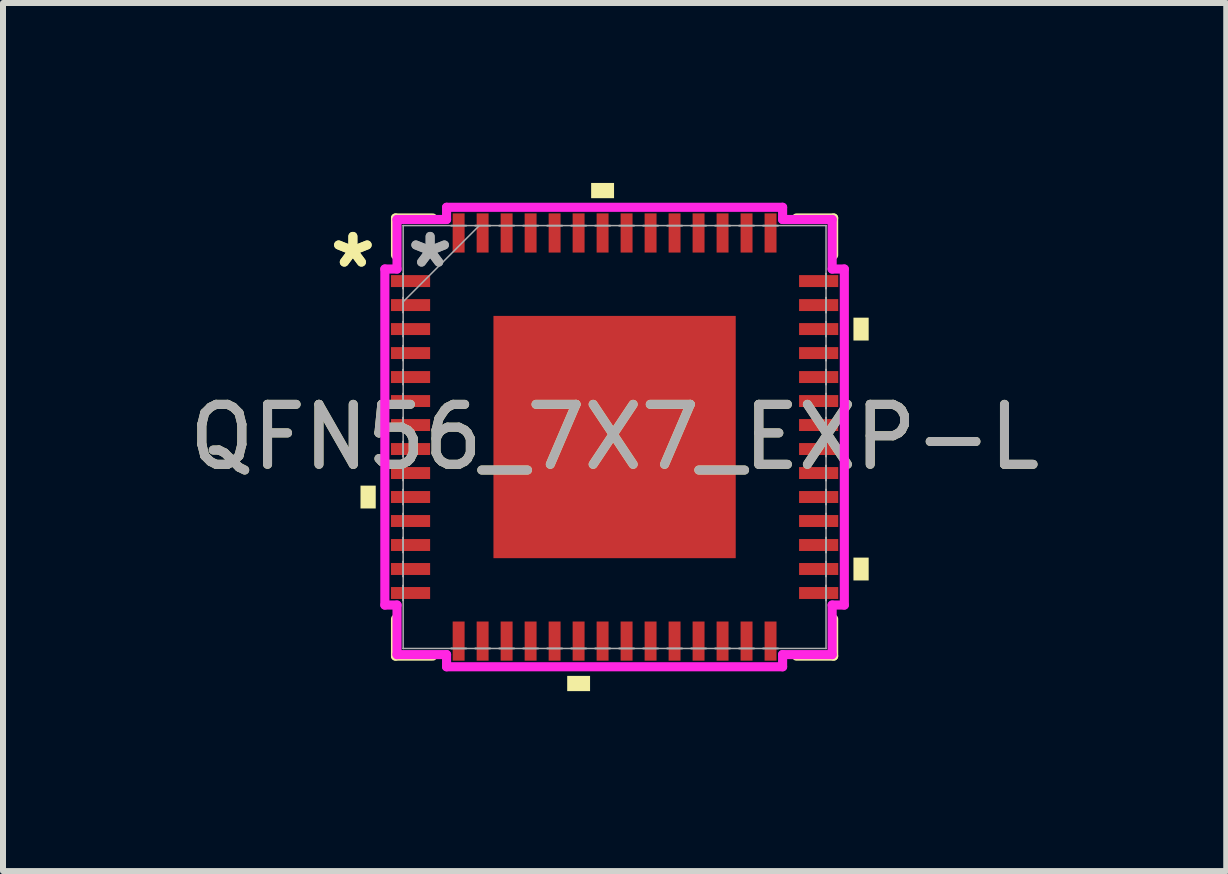
<source format=kicad_pcb>
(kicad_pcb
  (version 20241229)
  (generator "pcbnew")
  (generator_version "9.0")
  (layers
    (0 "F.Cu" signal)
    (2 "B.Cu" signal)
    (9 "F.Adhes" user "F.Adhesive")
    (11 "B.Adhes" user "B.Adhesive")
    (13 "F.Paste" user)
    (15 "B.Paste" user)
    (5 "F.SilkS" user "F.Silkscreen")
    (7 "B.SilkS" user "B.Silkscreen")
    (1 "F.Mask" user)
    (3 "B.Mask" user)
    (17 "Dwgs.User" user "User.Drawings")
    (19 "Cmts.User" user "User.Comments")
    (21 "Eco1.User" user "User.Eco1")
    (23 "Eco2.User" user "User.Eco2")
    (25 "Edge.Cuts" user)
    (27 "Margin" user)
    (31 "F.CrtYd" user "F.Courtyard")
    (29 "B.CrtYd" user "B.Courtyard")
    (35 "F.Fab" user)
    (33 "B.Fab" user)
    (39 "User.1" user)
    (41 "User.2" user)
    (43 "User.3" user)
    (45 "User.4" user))
  (footprint "QFN56_7X7_EXP-L"
    (layer "F.Cu")
    (at 7.196 4.236)
    (property "Reference" "QFN56_7X7_EXP-L" (at 0 0 0) (unlocked yes) (layer "F.SilkS") (effects (font (size 1 1) (thickness 0.15))))
    (attr smd)
    (fp_line (start -3.652 -3.652) (end -3.652 -3.032) (stroke (width 0.152) (type solid)) (layer "F.SilkS"))
    (fp_line (start -3.652 3.032) (end -3.652 3.652) (stroke (width 0.152) (type solid)) (layer "F.SilkS"))
    (fp_line (start -3.652 3.652) (end -3.032 3.652) (stroke (width 0.152) (type solid)) (layer "F.SilkS"))
    (fp_line (start -3.032 -3.652) (end -3.652 -3.652) (stroke (width 0.152) (type solid)) (layer "F.SilkS"))
    (fp_line (start 3.032 3.652) (end 3.652 3.652) (stroke (width 0.152) (type solid)) (layer "F.SilkS"))
    (fp_line (start 3.652 -3.652) (end 3.032 -3.652) (stroke (width 0.152) (type solid)) (layer "F.SilkS"))
    (fp_line (start 3.652 -3.032) (end 3.652 -3.652) (stroke (width 0.152) (type solid)) (layer "F.SilkS"))
    (fp_line (start 3.652 3.652) (end 3.652 3.032) (stroke (width 0.152) (type solid)) (layer "F.SilkS"))
    (fp_poly (pts (xy -4.236 0.81) (xy -4.236 1.191) (xy -3.982 1.191) (xy -3.982 0.81)) (stroke (width 0) (type solid)) (fill yes) (layer "F.SilkS"))
    (fp_poly (pts (xy -0.79 3.982) (xy -0.79 4.236) (xy -0.409 4.236) (xy -0.409 3.982)) (stroke (width 0) (type solid)) (fill yes) (layer "F.SilkS"))
    (fp_poly (pts (xy -0.391 -3.982) (xy -0.391 -4.236) (xy -0.009 -4.236) (xy -0.009 -3.982)) (stroke (width 0) (type solid)) (fill yes) (layer "F.SilkS"))
    (fp_poly (pts (xy 4.236 -1.99) (xy 4.236 -1.609) (xy 3.982 -1.609) (xy 3.982 -1.99)) (stroke (width 0) (type solid)) (fill yes) (layer "F.SilkS"))
    (fp_poly (pts (xy 4.236 2.01) (xy 4.236 2.391) (xy 3.982 2.391) (xy 3.982 2.01)) (stroke (width 0) (type solid)) (fill yes) (layer "F.SilkS"))
    (fp_poly (pts (xy -1.919 -1.919) (xy -1.919 -0.773) (xy -0.773 -0.773) (xy -0.773 -1.919)) (stroke (width 0) (type solid)) (fill yes) (layer "F.Paste"))
    (fp_poly (pts (xy -1.919 -0.573) (xy -1.919 0.573) (xy -0.773 0.573) (xy -0.773 -0.573)) (stroke (width 0) (type solid)) (fill yes) (layer "F.Paste"))
    (fp_poly (pts (xy -1.919 0.773) (xy -1.919 1.919) (xy -0.773 1.919) (xy -0.773 0.773)) (stroke (width 0) (type solid)) (fill yes) (layer "F.Paste"))
    (fp_poly (pts (xy -0.573 -1.919) (xy -0.573 -0.773) (xy 0.573 -0.773) (xy 0.573 -1.919)) (stroke (width 0) (type solid)) (fill yes) (layer "F.Paste"))
    (fp_poly (pts (xy -0.573 -0.573) (xy -0.573 0.573) (xy 0.573 0.573) (xy 0.573 -0.573)) (stroke (width 0) (type solid)) (fill yes) (layer "F.Paste"))
    (fp_poly (pts (xy -0.573 0.773) (xy -0.573 1.919) (xy 0.573 1.919) (xy 0.573 0.773)) (stroke (width 0) (type solid)) (fill yes) (layer "F.Paste"))
    (fp_poly (pts (xy 0.773 -1.919) (xy 0.773 -0.773) (xy 1.919 -0.773) (xy 1.919 -1.919)) (stroke (width 0) (type solid)) (fill yes) (layer "F.Paste"))
    (fp_poly (pts (xy 0.773 -0.573) (xy 0.773 0.573) (xy 1.919 0.573) (xy 1.919 -0.573)) (stroke (width 0) (type solid)) (fill yes) (layer "F.Paste"))
    (fp_poly (pts (xy 0.773 0.773) (xy 0.773 1.919) (xy 1.919 1.919) (xy 1.919 0.773)) (stroke (width 0) (type solid)) (fill yes) (layer "F.Paste"))
    (fp_line (start -3.83 -2.801) (end -3.627 -2.801) (stroke (width 0.152) (type solid)) (layer "F.CrtYd"))
    (fp_line (start -3.83 2.801) (end -3.83 -2.801) (stroke (width 0.152) (type solid)) (layer "F.CrtYd"))
    (fp_line (start -3.627 -3.627) (end -2.801 -3.627) (stroke (width 0.152) (type solid)) (layer "F.CrtYd"))
    (fp_line (start -3.627 -2.801) (end -3.627 -3.627) (stroke (width 0.152) (type solid)) (layer "F.CrtYd"))
    (fp_line (start -3.627 2.801) (end -3.83 2.801) (stroke (width 0.152) (type solid)) (layer "F.CrtYd"))
    (fp_line (start -3.627 3.627) (end -3.627 2.801) (stroke (width 0.152) (type solid)) (layer "F.CrtYd"))
    (fp_line (start -2.801 -3.83) (end 2.801 -3.83) (stroke (width 0.152) (type solid)) (layer "F.CrtYd"))
    (fp_line (start -2.801 -3.627) (end -2.801 -3.83) (stroke (width 0.152) (type solid)) (layer "F.CrtYd"))
    (fp_line (start -2.801 3.627) (end -3.627 3.627) (stroke (width 0.152) (type solid)) (layer "F.CrtYd"))
    (fp_line (start -2.801 3.83) (end -2.801 3.627) (stroke (width 0.152) (type solid)) (layer "F.CrtYd"))
    (fp_line (start 2.801 -3.83) (end 2.801 -3.627) (stroke (width 0.152) (type solid)) (layer "F.CrtYd"))
    (fp_line (start 2.801 -3.627) (end 3.627 -3.627) (stroke (width 0.152) (type solid)) (layer "F.CrtYd"))
    (fp_line (start 2.801 3.627) (end 2.801 3.83) (stroke (width 0.152) (type solid)) (layer "F.CrtYd"))
    (fp_line (start 2.801 3.83) (end -2.801 3.83) (stroke (width 0.152) (type solid)) (layer "F.CrtYd"))
    (fp_line (start 3.627 -3.627) (end 3.627 -2.801) (stroke (width 0.152) (type solid)) (layer "F.CrtYd"))
    (fp_line (start 3.627 -2.801) (end 3.83 -2.801) (stroke (width 0.152) (type solid)) (layer "F.CrtYd"))
    (fp_line (start 3.627 2.801) (end 3.627 3.627) (stroke (width 0.152) (type solid)) (layer "F.CrtYd"))
    (fp_line (start 3.627 3.627) (end 2.801 3.627) (stroke (width 0.152) (type solid)) (layer "F.CrtYd"))
    (fp_line (start 3.83 -2.801) (end 3.83 2.801) (stroke (width 0.152) (type solid)) (layer "F.CrtYd"))
    (fp_line (start 3.83 2.801) (end 3.627 2.801) (stroke (width 0.152) (type solid)) (layer "F.CrtYd"))
    (fp_line (start -3.525 -3.525) (end -3.525 -3.525) (stroke (width 0.025) (type solid)) (layer "F.Fab"))
    (fp_line (start -3.525 -3.525) (end -3.525 3.525) (stroke (width 0.025) (type solid)) (layer "F.Fab"))
    (fp_line (start -3.525 -2.725) (end -3.525 -2.725) (stroke (width 0.025) (type solid)) (layer "F.Fab"))
    (fp_line (start -3.525 -2.725) (end -3.525 -2.475) (stroke (width 0.025) (type solid)) (layer "F.Fab"))
    (fp_line (start -3.525 -2.475) (end -3.525 -2.725) (stroke (width 0.025) (type solid)) (layer "F.Fab"))
    (fp_line (start -3.525 -2.475) (end -3.525 -2.475) (stroke (width 0.025) (type solid)) (layer "F.Fab"))
    (fp_line (start -3.525 -2.325) (end -3.525 -2.325) (stroke (width 0.025) (type solid)) (layer "F.Fab"))
    (fp_line (start -3.525 -2.325) (end -3.525 -2.075) (stroke (width 0.025) (type solid)) (layer "F.Fab"))
    (fp_line (start -3.525 -2.255) (end -2.255 -3.525) (stroke (width 0.025) (type solid)) (layer "F.Fab"))
    (fp_line (start -3.525 -2.075) (end -3.525 -2.325) (stroke (width 0.025) (type solid)) (layer "F.Fab"))
    (fp_line (start -3.525 -2.075) (end -3.525 -2.075) (stroke (width 0.025) (type solid)) (layer "F.Fab"))
    (fp_line (start -3.525 -1.925) (end -3.525 -1.925) (stroke (width 0.025) (type solid)) (layer "F.Fab"))
    (fp_line (start -3.525 -1.925) (end -3.525 -1.675) (stroke (width 0.025) (type solid)) (layer "F.Fab"))
    (fp_line (start -3.525 -1.675) (end -3.525 -1.925) (stroke (width 0.025) (type solid)) (layer "F.Fab"))
    (fp_line (start -3.525 -1.675) (end -3.525 -1.675) (stroke (width 0.025) (type solid)) (layer "F.Fab"))
    (fp_line (start -3.525 -1.525) (end -3.525 -1.525) (stroke (width 0.025) (type solid)) (layer "F.Fab"))
    (fp_line (start -3.525 -1.525) (end -3.525 -1.275) (stroke (width 0.025) (type solid)) (layer "F.Fab"))
    (fp_line (start -3.525 -1.275) (end -3.525 -1.525) (stroke (width 0.025) (type solid)) (layer "F.Fab"))
    (fp_line (start -3.525 -1.275) (end -3.525 -1.275) (stroke (width 0.025) (type solid)) (layer "F.Fab"))
    (fp_line (start -3.525 -1.125) (end -3.525 -1.125) (stroke (width 0.025) (type solid)) (layer "F.Fab"))
    (fp_line (start -3.525 -1.125) (end -3.525 -0.875) (stroke (width 0.025) (type solid)) (layer "F.Fab"))
    (fp_line (start -3.525 -0.875) (end -3.525 -1.125) (stroke (width 0.025) (type solid)) (layer "F.Fab"))
    (fp_line (start -3.525 -0.875) (end -3.525 -0.875) (stroke (width 0.025) (type solid)) (layer "F.Fab"))
    (fp_line (start -3.525 -0.725) (end -3.525 -0.725) (stroke (width 0.025) (type solid)) (layer "F.Fab"))
    (fp_line (start -3.525 -0.725) (end -3.525 -0.475) (stroke (width 0.025) (type solid)) (layer "F.Fab"))
    (fp_line (start -3.525 -0.475) (end -3.525 -0.725) (stroke (width 0.025) (type solid)) (layer "F.Fab"))
    (fp_line (start -3.525 -0.475) (end -3.525 -0.475) (stroke (width 0.025) (type solid)) (layer "F.Fab"))
    (fp_line (start -3.525 -0.325) (end -3.525 -0.325) (stroke (width 0.025) (type solid)) (layer "F.Fab"))
    (fp_line (start -3.525 -0.325) (end -3.525 -0.075) (stroke (width 0.025) (type solid)) (layer "F.Fab"))
    (fp_line (start -3.525 -0.075) (end -3.525 -0.325) (stroke (width 0.025) (type solid)) (layer "F.Fab"))
    (fp_line (start -3.525 -0.075) (end -3.525 -0.075) (stroke (width 0.025) (type solid)) (layer "F.Fab"))
    (fp_line (start -3.525 0.075) (end -3.525 0.075) (stroke (width 0.025) (type solid)) (layer "F.Fab"))
    (fp_line (start -3.525 0.075) (end -3.525 0.325) (stroke (width 0.025) (type solid)) (layer "F.Fab"))
    (fp_line (start -3.525 0.325) (end -3.525 0.075) (stroke (width 0.025) (type solid)) (layer "F.Fab"))
    (fp_line (start -3.525 0.325) (end -3.525 0.325) (stroke (width 0.025) (type solid)) (layer "F.Fab"))
    (fp_line (start -3.525 0.475) (end -3.525 0.475) (stroke (width 0.025) (type solid)) (layer "F.Fab"))
    (fp_line (start -3.525 0.475) (end -3.525 0.725) (stroke (width 0.025) (type solid)) (layer "F.Fab"))
    (fp_line (start -3.525 0.725) (end -3.525 0.475) (stroke (width 0.025) (type solid)) (layer "F.Fab"))
    (fp_line (start -3.525 0.725) (end -3.525 0.725) (stroke (width 0.025) (type solid)) (layer "F.Fab"))
    (fp_line (start -3.525 0.875) (end -3.525 0.875) (stroke (width 0.025) (type solid)) (layer "F.Fab"))
    (fp_line (start -3.525 0.875) (end -3.525 1.125) (stroke (width 0.025) (type solid)) (layer "F.Fab"))
    (fp_line (start -3.525 1.125) (end -3.525 0.875) (stroke (width 0.025) (type solid)) (layer "F.Fab"))
    (fp_line (start -3.525 1.125) (end -3.525 1.125) (stroke (width 0.025) (type solid)) (layer "F.Fab"))
    (fp_line (start -3.525 1.275) (end -3.525 1.275) (stroke (width 0.025) (type solid)) (layer "F.Fab"))
    (fp_line (start -3.525 1.275) (end -3.525 1.525) (stroke (width 0.025) (type solid)) (layer "F.Fab"))
    (fp_line (start -3.525 1.525) (end -3.525 1.275) (stroke (width 0.025) (type solid)) (layer "F.Fab"))
    (fp_line (start -3.525 1.525) (end -3.525 1.525) (stroke (width 0.025) (type solid)) (layer "F.Fab"))
    (fp_line (start -3.525 1.675) (end -3.525 1.675) (stroke (width 0.025) (type solid)) (layer "F.Fab"))
    (fp_line (start -3.525 1.675) (end -3.525 1.925) (stroke (width 0.025) (type solid)) (layer "F.Fab"))
    (fp_line (start -3.525 1.925) (end -3.525 1.675) (stroke (width 0.025) (type solid)) (layer "F.Fab"))
    (fp_line (start -3.525 1.925) (end -3.525 1.925) (stroke (width 0.025) (type solid)) (layer "F.Fab"))
    (fp_line (start -3.525 2.075) (end -3.525 2.075) (stroke (width 0.025) (type solid)) (layer "F.Fab"))
    (fp_line (start -3.525 2.075) (end -3.525 2.325) (stroke (width 0.025) (type solid)) (layer "F.Fab"))
    (fp_line (start -3.525 2.325) (end -3.525 2.075) (stroke (width 0.025) (type solid)) (layer "F.Fab"))
    (fp_line (start -3.525 2.325) (end -3.525 2.325) (stroke (width 0.025) (type solid)) (layer "F.Fab"))
    (fp_line (start -3.525 2.475) (end -3.525 2.475) (stroke (width 0.025) (type solid)) (layer "F.Fab"))
    (fp_line (start -3.525 2.475) (end -3.525 2.725) (stroke (width 0.025) (type solid)) (layer "F.Fab"))
    (fp_line (start -3.525 2.725) (end -3.525 2.475) (stroke (width 0.025) (type solid)) (layer "F.Fab"))
    (fp_line (start -3.525 2.725) (end -3.525 2.725) (stroke (width 0.025) (type solid)) (layer "F.Fab"))
    (fp_line (start -3.525 3.525) (end -3.525 3.525) (stroke (width 0.025) (type solid)) (layer "F.Fab"))
    (fp_line (start -3.525 3.525) (end 3.525 3.525) (stroke (width 0.025) (type solid)) (layer "F.Fab"))
    (fp_line (start -2.725 -3.525) (end -2.725 -3.525) (stroke (width 0.025) (type solid)) (layer "F.Fab"))
    (fp_line (start -2.725 -3.525) (end -2.475 -3.525) (stroke (width 0.025) (type solid)) (layer "F.Fab"))
    (fp_line (start -2.725 3.525) (end -2.725 3.525) (stroke (width 0.025) (type solid)) (layer "F.Fab"))
    (fp_line (start -2.725 3.525) (end -2.475 3.525) (stroke (width 0.025) (type solid)) (layer "F.Fab"))
    (fp_line (start -2.475 -3.525) (end -2.725 -3.525) (stroke (width 0.025) (type solid)) (layer "F.Fab"))
    (fp_line (start -2.475 -3.525) (end -2.475 -3.525) (stroke (width 0.025) (type solid)) (layer "F.Fab"))
    (fp_line (start -2.475 3.525) (end -2.725 3.525) (stroke (width 0.025) (type solid)) (layer "F.Fab"))
    (fp_line (start -2.475 3.525) (end -2.475 3.525) (stroke (width 0.025) (type solid)) (layer "F.Fab"))
    (fp_line (start -2.325 -3.525) (end -2.325 -3.525) (stroke (width 0.025) (type solid)) (layer "F.Fab"))
    (fp_line (start -2.325 -3.525) (end -2.075 -3.525) (stroke (width 0.025) (type solid)) (layer "F.Fab"))
    (fp_line (start -2.325 3.525) (end -2.325 3.525) (stroke (width 0.025) (type solid)) (layer "F.Fab"))
    (fp_line (start -2.325 3.525) (end -2.075 3.525) (stroke (width 0.025) (type solid)) (layer "F.Fab"))
    (fp_line (start -2.075 -3.525) (end -2.325 -3.525) (stroke (width 0.025) (type solid)) (layer "F.Fab"))
    (fp_line (start -2.075 -3.525) (end -2.075 -3.525) (stroke (width 0.025) (type solid)) (layer "F.Fab"))
    (fp_line (start -2.075 3.525) (end -2.325 3.525) (stroke (width 0.025) (type solid)) (layer "F.Fab"))
    (fp_line (start -2.075 3.525) (end -2.075 3.525) (stroke (width 0.025) (type solid)) (layer "F.Fab"))
    (fp_line (start -1.925 -3.525) (end -1.925 -3.525) (stroke (width 0.025) (type solid)) (layer "F.Fab"))
    (fp_line (start -1.925 -3.525) (end -1.675 -3.525) (stroke (width 0.025) (type solid)) (layer "F.Fab"))
    (fp_line (start -1.925 3.525) (end -1.925 3.525) (stroke (width 0.025) (type solid)) (layer "F.Fab"))
    (fp_line (start -1.925 3.525) (end -1.675 3.525) (stroke (width 0.025) (type solid)) (layer "F.Fab"))
    (fp_line (start -1.675 -3.525) (end -1.925 -3.525) (stroke (width 0.025) (type solid)) (layer "F.Fab"))
    (fp_line (start -1.675 -3.525) (end -1.675 -3.525) (stroke (width 0.025) (type solid)) (layer "F.Fab"))
    (fp_line (start -1.675 3.525) (end -1.925 3.525) (stroke (width 0.025) (type solid)) (layer "F.Fab"))
    (fp_line (start -1.675 3.525) (end -1.675 3.525) (stroke (width 0.025) (type solid)) (layer "F.Fab"))
    (fp_line (start -1.525 -3.525) (end -1.525 -3.525) (stroke (width 0.025) (type solid)) (layer "F.Fab"))
    (fp_line (start -1.525 -3.525) (end -1.275 -3.525) (stroke (width 0.025) (type solid)) (layer "F.Fab"))
    (fp_line (start -1.525 3.525) (end -1.525 3.525) (stroke (width 0.025) (type solid)) (layer "F.Fab"))
    (fp_line (start -1.525 3.525) (end -1.275 3.525) (stroke (width 0.025) (type solid)) (layer "F.Fab"))
    (fp_line (start -1.275 -3.525) (end -1.525 -3.525) (stroke (width 0.025) (type solid)) (layer "F.Fab"))
    (fp_line (start -1.275 -3.525) (end -1.275 -3.525) (stroke (width 0.025) (type solid)) (layer "F.Fab"))
    (fp_line (start -1.275 3.525) (end -1.525 3.525) (stroke (width 0.025) (type solid)) (layer "F.Fab"))
    (fp_line (start -1.275 3.525) (end -1.275 3.525) (stroke (width 0.025) (type solid)) (layer "F.Fab"))
    (fp_line (start -1.125 -3.525) (end -1.125 -3.525) (stroke (width 0.025) (type solid)) (layer "F.Fab"))
    (fp_line (start -1.125 -3.525) (end -0.875 -3.525) (stroke (width 0.025) (type solid)) (layer "F.Fab"))
    (fp_line (start -1.125 3.525) (end -1.125 3.525) (stroke (width 0.025) (type solid)) (layer "F.Fab"))
    (fp_line (start -1.125 3.525) (end -0.875 3.525) (stroke (width 0.025) (type solid)) (layer "F.Fab"))
    (fp_line (start -0.875 -3.525) (end -1.125 -3.525) (stroke (width 0.025) (type solid)) (layer "F.Fab"))
    (fp_line (start -0.875 -3.525) (end -0.875 -3.525) (stroke (width 0.025) (type solid)) (layer "F.Fab"))
    (fp_line (start -0.875 3.525) (end -1.125 3.525) (stroke (width 0.025) (type solid)) (layer "F.Fab"))
    (fp_line (start -0.875 3.525) (end -0.875 3.525) (stroke (width 0.025) (type solid)) (layer "F.Fab"))
    (fp_line (start -0.725 -3.525) (end -0.725 -3.525) (stroke (width 0.025) (type solid)) (layer "F.Fab"))
    (fp_line (start -0.725 -3.525) (end -0.475 -3.525) (stroke (width 0.025) (type solid)) (layer "F.Fab"))
    (fp_line (start -0.725 3.525) (end -0.725 3.525) (stroke (width 0.025) (type solid)) (layer "F.Fab"))
    (fp_line (start -0.725 3.525) (end -0.475 3.525) (stroke (width 0.025) (type solid)) (layer "F.Fab"))
    (fp_line (start -0.475 -3.525) (end -0.725 -3.525) (stroke (width 0.025) (type solid)) (layer "F.Fab"))
    (fp_line (start -0.475 -3.525) (end -0.475 -3.525) (stroke (width 0.025) (type solid)) (layer "F.Fab"))
    (fp_line (start -0.475 3.525) (end -0.725 3.525) (stroke (width 0.025) (type solid)) (layer "F.Fab"))
    (fp_line (start -0.475 3.525) (end -0.475 3.525) (stroke (width 0.025) (type solid)) (layer "F.Fab"))
    (fp_line (start -0.325 -3.525) (end -0.325 -3.525) (stroke (width 0.025) (type solid)) (layer "F.Fab"))
    (fp_line (start -0.325 -3.525) (end -0.075 -3.525) (stroke (width 0.025) (type solid)) (layer "F.Fab"))
    (fp_line (start -0.325 3.525) (end -0.325 3.525) (stroke (width 0.025) (type solid)) (layer "F.Fab"))
    (fp_line (start -0.325 3.525) (end -0.075 3.525) (stroke (width 0.025) (type solid)) (layer "F.Fab"))
    (fp_line (start -0.075 -3.525) (end -0.325 -3.525) (stroke (width 0.025) (type solid)) (layer "F.Fab"))
    (fp_line (start -0.075 -3.525) (end -0.075 -3.525) (stroke (width 0.025) (type solid)) (layer "F.Fab"))
    (fp_line (start -0.075 3.525) (end -0.325 3.525) (stroke (width 0.025) (type solid)) (layer "F.Fab"))
    (fp_line (start -0.075 3.525) (end -0.075 3.525) (stroke (width 0.025) (type solid)) (layer "F.Fab"))
    (fp_line (start 0.075 -3.525) (end 0.075 -3.525) (stroke (width 0.025) (type solid)) (layer "F.Fab"))
    (fp_line (start 0.075 -3.525) (end 0.325 -3.525) (stroke (width 0.025) (type solid)) (layer "F.Fab"))
    (fp_line (start 0.075 3.525) (end 0.075 3.525) (stroke (width 0.025) (type solid)) (layer "F.Fab"))
    (fp_line (start 0.075 3.525) (end 0.325 3.525) (stroke (width 0.025) (type solid)) (layer "F.Fab"))
    (fp_line (start 0.325 -3.525) (end 0.075 -3.525) (stroke (width 0.025) (type solid)) (layer "F.Fab"))
    (fp_line (start 0.325 -3.525) (end 0.325 -3.525) (stroke (width 0.025) (type solid)) (layer "F.Fab"))
    (fp_line (start 0.325 3.525) (end 0.075 3.525) (stroke (width 0.025) (type solid)) (layer "F.Fab"))
    (fp_line (start 0.325 3.525) (end 0.325 3.525) (stroke (width 0.025) (type solid)) (layer "F.Fab"))
    (fp_line (start 0.475 -3.525) (end 0.475 -3.525) (stroke (width 0.025) (type solid)) (layer "F.Fab"))
    (fp_line (start 0.475 -3.525) (end 0.725 -3.525) (stroke (width 0.025) (type solid)) (layer "F.Fab"))
    (fp_line (start 0.475 3.525) (end 0.475 3.525) (stroke (width 0.025) (type solid)) (layer "F.Fab"))
    (fp_line (start 0.475 3.525) (end 0.725 3.525) (stroke (width 0.025) (type solid)) (layer "F.Fab"))
    (fp_line (start 0.725 -3.525) (end 0.475 -3.525) (stroke (width 0.025) (type solid)) (layer "F.Fab"))
    (fp_line (start 0.725 -3.525) (end 0.725 -3.525) (stroke (width 0.025) (type solid)) (layer "F.Fab"))
    (fp_line (start 0.725 3.525) (end 0.475 3.525) (stroke (width 0.025) (type solid)) (layer "F.Fab"))
    (fp_line (start 0.725 3.525) (end 0.725 3.525) (stroke (width 0.025) (type solid)) (layer "F.Fab"))
    (fp_line (start 0.875 -3.525) (end 0.875 -3.525) (stroke (width 0.025) (type solid)) (layer "F.Fab"))
    (fp_line (start 0.875 -3.525) (end 1.125 -3.525) (stroke (width 0.025) (type solid)) (layer "F.Fab"))
    (fp_line (start 0.875 3.525) (end 0.875 3.525) (stroke (width 0.025) (type solid)) (layer "F.Fab"))
    (fp_line (start 0.875 3.525) (end 1.125 3.525) (stroke (width 0.025) (type solid)) (layer "F.Fab"))
    (fp_line (start 1.125 -3.525) (end 0.875 -3.525) (stroke (width 0.025) (type solid)) (layer "F.Fab"))
    (fp_line (start 1.125 -3.525) (end 1.125 -3.525) (stroke (width 0.025) (type solid)) (layer "F.Fab"))
    (fp_line (start 1.125 3.525) (end 0.875 3.525) (stroke (width 0.025) (type solid)) (layer "F.Fab"))
    (fp_line (start 1.125 3.525) (end 1.125 3.525) (stroke (width 0.025) (type solid)) (layer "F.Fab"))
    (fp_line (start 1.275 -3.525) (end 1.275 -3.525) (stroke (width 0.025) (type solid)) (layer "F.Fab"))
    (fp_line (start 1.275 -3.525) (end 1.525 -3.525) (stroke (width 0.025) (type solid)) (layer "F.Fab"))
    (fp_line (start 1.275 3.525) (end 1.275 3.525) (stroke (width 0.025) (type solid)) (layer "F.Fab"))
    (fp_line (start 1.275 3.525) (end 1.525 3.525) (stroke (width 0.025) (type solid)) (layer "F.Fab"))
    (fp_line (start 1.525 -3.525) (end 1.275 -3.525) (stroke (width 0.025) (type solid)) (layer "F.Fab"))
    (fp_line (start 1.525 -3.525) (end 1.525 -3.525) (stroke (width 0.025) (type solid)) (layer "F.Fab"))
    (fp_line (start 1.525 3.525) (end 1.275 3.525) (stroke (width 0.025) (type solid)) (layer "F.Fab"))
    (fp_line (start 1.525 3.525) (end 1.525 3.525) (stroke (width 0.025) (type solid)) (layer "F.Fab"))
    (fp_line (start 1.675 -3.525) (end 1.675 -3.525) (stroke (width 0.025) (type solid)) (layer "F.Fab"))
    (fp_line (start 1.675 -3.525) (end 1.925 -3.525) (stroke (width 0.025) (type solid)) (layer "F.Fab"))
    (fp_line (start 1.675 3.525) (end 1.675 3.525) (stroke (width 0.025) (type solid)) (layer "F.Fab"))
    (fp_line (start 1.675 3.525) (end 1.925 3.525) (stroke (width 0.025) (type solid)) (layer "F.Fab"))
    (fp_line (start 1.925 -3.525) (end 1.675 -3.525) (stroke (width 0.025) (type solid)) (layer "F.Fab"))
    (fp_line (start 1.925 -3.525) (end 1.925 -3.525) (stroke (width 0.025) (type solid)) (layer "F.Fab"))
    (fp_line (start 1.925 3.525) (end 1.675 3.525) (stroke (width 0.025) (type solid)) (layer "F.Fab"))
    (fp_line (start 1.925 3.525) (end 1.925 3.525) (stroke (width 0.025) (type solid)) (layer "F.Fab"))
    (fp_line (start 2.075 -3.525) (end 2.075 -3.525) (stroke (width 0.025) (type solid)) (layer "F.Fab"))
    (fp_line (start 2.075 -3.525) (end 2.325 -3.525) (stroke (width 0.025) (type solid)) (layer "F.Fab"))
    (fp_line (start 2.075 3.525) (end 2.075 3.525) (stroke (width 0.025) (type solid)) (layer "F.Fab"))
    (fp_line (start 2.075 3.525) (end 2.325 3.525) (stroke (width 0.025) (type solid)) (layer "F.Fab"))
    (fp_line (start 2.325 -3.525) (end 2.075 -3.525) (stroke (width 0.025) (type solid)) (layer "F.Fab"))
    (fp_line (start 2.325 -3.525) (end 2.325 -3.525) (stroke (width 0.025) (type solid)) (layer "F.Fab"))
    (fp_line (start 2.325 3.525) (end 2.075 3.525) (stroke (width 0.025) (type solid)) (layer "F.Fab"))
    (fp_line (start 2.325 3.525) (end 2.325 3.525) (stroke (width 0.025) (type solid)) (layer "F.Fab"))
    (fp_line (start 2.475 -3.525) (end 2.475 -3.525) (stroke (width 0.025) (type solid)) (layer "F.Fab"))
    (fp_line (start 2.475 -3.525) (end 2.725 -3.525) (stroke (width 0.025) (type solid)) (layer "F.Fab"))
    (fp_line (start 2.475 3.525) (end 2.475 3.525) (stroke (width 0.025) (type solid)) (layer "F.Fab"))
    (fp_line (start 2.475 3.525) (end 2.725 3.525) (stroke (width 0.025) (type solid)) (layer "F.Fab"))
    (fp_line (start 2.725 -3.525) (end 2.475 -3.525) (stroke (width 0.025) (type solid)) (layer "F.Fab"))
    (fp_line (start 2.725 -3.525) (end 2.725 -3.525) (stroke (width 0.025) (type solid)) (layer "F.Fab"))
    (fp_line (start 2.725 3.525) (end 2.475 3.525) (stroke (width 0.025) (type solid)) (layer "F.Fab"))
    (fp_line (start 2.725 3.525) (end 2.725 3.525) (stroke (width 0.025) (type solid)) (layer "F.Fab"))
    (fp_line (start 3.525 -3.525) (end -3.525 -3.525) (stroke (width 0.025) (type solid)) (layer "F.Fab"))
    (fp_line (start 3.525 -3.525) (end 3.525 -3.525) (stroke (width 0.025) (type solid)) (layer "F.Fab"))
    (fp_line (start 3.525 -2.725) (end 3.525 -2.725) (stroke (width 0.025) (type solid)) (layer "F.Fab"))
    (fp_line (start 3.525 -2.725) (end 3.525 -2.475) (stroke (width 0.025) (type solid)) (layer "F.Fab"))
    (fp_line (start 3.525 -2.475) (end 3.525 -2.725) (stroke (width 0.025) (type solid)) (layer "F.Fab"))
    (fp_line (start 3.525 -2.475) (end 3.525 -2.475) (stroke (width 0.025) (type solid)) (layer "F.Fab"))
    (fp_line (start 3.525 -2.325) (end 3.525 -2.325) (stroke (width 0.025) (type solid)) (layer "F.Fab"))
    (fp_line (start 3.525 -2.325) (end 3.525 -2.075) (stroke (width 0.025) (type solid)) (layer "F.Fab"))
    (fp_line (start 3.525 -2.075) (end 3.525 -2.325) (stroke (width 0.025) (type solid)) (layer "F.Fab"))
    (fp_line (start 3.525 -2.075) (end 3.525 -2.075) (stroke (width 0.025) (type solid)) (layer "F.Fab"))
    (fp_line (start 3.525 -1.925) (end 3.525 -1.925) (stroke (width 0.025) (type solid)) (layer "F.Fab"))
    (fp_line (start 3.525 -1.925) (end 3.525 -1.675) (stroke (width 0.025) (type solid)) (layer "F.Fab"))
    (fp_line (start 3.525 -1.675) (end 3.525 -1.925) (stroke (width 0.025) (type solid)) (layer "F.Fab"))
    (fp_line (start 3.525 -1.675) (end 3.525 -1.675) (stroke (width 0.025) (type solid)) (layer "F.Fab"))
    (fp_line (start 3.525 -1.525) (end 3.525 -1.525) (stroke (width 0.025) (type solid)) (layer "F.Fab"))
    (fp_line (start 3.525 -1.525) (end 3.525 -1.275) (stroke (width 0.025) (type solid)) (layer "F.Fab"))
    (fp_line (start 3.525 -1.275) (end 3.525 -1.525) (stroke (width 0.025) (type solid)) (layer "F.Fab"))
    (fp_line (start 3.525 -1.275) (end 3.525 -1.275) (stroke (width 0.025) (type solid)) (layer "F.Fab"))
    (fp_line (start 3.525 -1.125) (end 3.525 -1.125) (stroke (width 0.025) (type solid)) (layer "F.Fab"))
    (fp_line (start 3.525 -1.125) (end 3.525 -0.875) (stroke (width 0.025) (type solid)) (layer "F.Fab"))
    (fp_line (start 3.525 -0.875) (end 3.525 -1.125) (stroke (width 0.025) (type solid)) (layer "F.Fab"))
    (fp_line (start 3.525 -0.875) (end 3.525 -0.875) (stroke (width 0.025) (type solid)) (layer "F.Fab"))
    (fp_line (start 3.525 -0.725) (end 3.525 -0.725) (stroke (width 0.025) (type solid)) (layer "F.Fab"))
    (fp_line (start 3.525 -0.725) (end 3.525 -0.475) (stroke (width 0.025) (type solid)) (layer "F.Fab"))
    (fp_line (start 3.525 -0.475) (end 3.525 -0.725) (stroke (width 0.025) (type solid)) (layer "F.Fab"))
    (fp_line (start 3.525 -0.475) (end 3.525 -0.475) (stroke (width 0.025) (type solid)) (layer "F.Fab"))
    (fp_line (start 3.525 -0.325) (end 3.525 -0.325) (stroke (width 0.025) (type solid)) (layer "F.Fab"))
    (fp_line (start 3.525 -0.325) (end 3.525 -0.075) (stroke (width 0.025) (type solid)) (layer "F.Fab"))
    (fp_line (start 3.525 -0.075) (end 3.525 -0.325) (stroke (width 0.025) (type solid)) (layer "F.Fab"))
    (fp_line (start 3.525 -0.075) (end 3.525 -0.075) (stroke (width 0.025) (type solid)) (layer "F.Fab"))
    (fp_line (start 3.525 0.075) (end 3.525 0.075) (stroke (width 0.025) (type solid)) (layer "F.Fab"))
    (fp_line (start 3.525 0.075) (end 3.525 0.325) (stroke (width 0.025) (type solid)) (layer "F.Fab"))
    (fp_line (start 3.525 0.325) (end 3.525 0.075) (stroke (width 0.025) (type solid)) (layer "F.Fab"))
    (fp_line (start 3.525 0.325) (end 3.525 0.325) (stroke (width 0.025) (type solid)) (layer "F.Fab"))
    (fp_line (start 3.525 0.475) (end 3.525 0.475) (stroke (width 0.025) (type solid)) (layer "F.Fab"))
    (fp_line (start 3.525 0.475) (end 3.525 0.725) (stroke (width 0.025) (type solid)) (layer "F.Fab"))
    (fp_line (start 3.525 0.725) (end 3.525 0.475) (stroke (width 0.025) (type solid)) (layer "F.Fab"))
    (fp_line (start 3.525 0.725) (end 3.525 0.725) (stroke (width 0.025) (type solid)) (layer "F.Fab"))
    (fp_line (start 3.525 0.875) (end 3.525 0.875) (stroke (width 0.025) (type solid)) (layer "F.Fab"))
    (fp_line (start 3.525 0.875) (end 3.525 1.125) (stroke (width 0.025) (type solid)) (layer "F.Fab"))
    (fp_line (start 3.525 1.125) (end 3.525 0.875) (stroke (width 0.025) (type solid)) (layer "F.Fab"))
    (fp_line (start 3.525 1.125) (end 3.525 1.125) (stroke (width 0.025) (type solid)) (layer "F.Fab"))
    (fp_line (start 3.525 1.275) (end 3.525 1.275) (stroke (width 0.025) (type solid)) (layer "F.Fab"))
    (fp_line (start 3.525 1.275) (end 3.525 1.525) (stroke (width 0.025) (type solid)) (layer "F.Fab"))
    (fp_line (start 3.525 1.525) (end 3.525 1.275) (stroke (width 0.025) (type solid)) (layer "F.Fab"))
    (fp_line (start 3.525 1.525) (end 3.525 1.525) (stroke (width 0.025) (type solid)) (layer "F.Fab"))
    (fp_line (start 3.525 1.675) (end 3.525 1.675) (stroke (width 0.025) (type solid)) (layer "F.Fab"))
    (fp_line (start 3.525 1.675) (end 3.525 1.925) (stroke (width 0.025) (type solid)) (layer "F.Fab"))
    (fp_line (start 3.525 1.925) (end 3.525 1.675) (stroke (width 0.025) (type solid)) (layer "F.Fab"))
    (fp_line (start 3.525 1.925) (end 3.525 1.925) (stroke (width 0.025) (type solid)) (layer "F.Fab"))
    (fp_line (start 3.525 2.075) (end 3.525 2.075) (stroke (width 0.025) (type solid)) (layer "F.Fab"))
    (fp_line (start 3.525 2.075) (end 3.525 2.325) (stroke (width 0.025) (type solid)) (layer "F.Fab"))
    (fp_line (start 3.525 2.325) (end 3.525 2.075) (stroke (width 0.025) (type solid)) (layer "F.Fab"))
    (fp_line (start 3.525 2.325) (end 3.525 2.325) (stroke (width 0.025) (type solid)) (layer "F.Fab"))
    (fp_line (start 3.525 2.475) (end 3.525 2.475) (stroke (width 0.025) (type solid)) (layer "F.Fab"))
    (fp_line (start 3.525 2.475) (end 3.525 2.725) (stroke (width 0.025) (type solid)) (layer "F.Fab"))
    (fp_line (start 3.525 2.725) (end 3.525 2.475) (stroke (width 0.025) (type solid)) (layer "F.Fab"))
    (fp_line (start 3.525 2.725) (end 3.525 2.725) (stroke (width 0.025) (type solid)) (layer "F.Fab"))
    (fp_line (start 3.525 3.525) (end 3.525 -3.525) (stroke (width 0.025) (type solid)) (layer "F.Fab"))
    (fp_line (start 3.525 3.525) (end 3.525 3.525) (stroke (width 0.025) (type solid)) (layer "F.Fab"))
    (fp_text user "*" (at -4.363 -2.8 0) (layer "F.SilkS") (effects (font (size 1 1) (thickness 0.15))))
    (fp_text user "*" (at -4.363 -2.8 0) (unlocked yes) (layer "F.SilkS") (effects (font (size 1 1) (thickness 0.15))))
    (fp_text user "*" (at -3.075 -2.8 0) (layer "F.Fab") (effects (font (size 1 1) (thickness 0.15))))
    (fp_text user "*" (at -3.075 -2.8 0) (unlocked yes) (layer "F.Fab") (effects (font (size 1 1) (thickness 0.15))))
    (fp_text user "${REFERENCE}" (at 0 0 0) (unlocked yes) (layer "F.Fab") (effects (font (size 1 1) (thickness 0.15))))
    (pad "1" smd rect (at -3.402 -2.6 90) (size 0.199 0.653) (layers "F.Cu" "F.Mask" "F.Paste"))
    (pad "2" smd rect (at -3.402 -2.2 90) (size 0.199 0.653) (layers "F.Cu" "F.Mask" "F.Paste"))
    (pad "3" smd rect (at -3.402 -1.8 90) (size 0.199 0.653) (layers "F.Cu" "F.Mask" "F.Paste"))
    (pad "4" smd rect (at -3.402 -1.4 90) (size 0.199 0.653) (layers "F.Cu" "F.Mask" "F.Paste"))
    (pad "5" smd rect (at -3.402 -1 90) (size 0.199 0.653) (layers "F.Cu" "F.Mask" "F.Paste"))
    (pad "6" smd rect (at -3.402 -0.6 90) (size 0.199 0.653) (layers "F.Cu" "F.Mask" "F.Paste"))
    (pad "7" smd rect (at -3.402 -0.2 90) (size 0.199 0.653) (layers "F.Cu" "F.Mask" "F.Paste"))
    (pad "8" smd rect (at -3.402 0.2 90) (size 0.199 0.653) (layers "F.Cu" "F.Mask" "F.Paste"))
    (pad "9" smd rect (at -3.402 0.6 90) (size 0.199 0.653) (layers "F.Cu" "F.Mask" "F.Paste"))
    (pad "10" smd rect (at -3.402 1 90) (size 0.199 0.653) (layers "F.Cu" "F.Mask" "F.Paste"))
    (pad "11" smd rect (at -3.402 1.4 90) (size 0.199 0.653) (layers "F.Cu" "F.Mask" "F.Paste"))
    (pad "12" smd rect (at -3.402 1.8 90) (size 0.199 0.653) (layers "F.Cu" "F.Mask" "F.Paste"))
    (pad "13" smd rect (at -3.402 2.2 90) (size 0.199 0.653) (layers "F.Cu" "F.Mask" "F.Paste"))
    (pad "14" smd rect (at -3.402 2.6 90) (size 0.199 0.653) (layers "F.Cu" "F.Mask" "F.Paste"))
    (pad "15" smd rect (at -2.6 3.402) (size 0.199 0.653) (layers "F.Cu" "F.Mask" "F.Paste"))
    (pad "16" smd rect (at -2.2 3.402) (size 0.199 0.653) (layers "F.Cu" "F.Mask" "F.Paste"))
    (pad "17" smd rect (at -1.8 3.402) (size 0.199 0.653) (layers "F.Cu" "F.Mask" "F.Paste"))
    (pad "18" smd rect (at -1.4 3.402) (size 0.199 0.653) (layers "F.Cu" "F.Mask" "F.Paste"))
    (pad "19" smd rect (at -1 3.402) (size 0.199 0.653) (layers "F.Cu" "F.Mask" "F.Paste"))
    (pad "20" smd rect (at -0.6 3.402) (size 0.199 0.653) (layers "F.Cu" "F.Mask" "F.Paste"))
    (pad "21" smd rect (at -0.2 3.402) (size 0.199 0.653) (layers "F.Cu" "F.Mask" "F.Paste"))
    (pad "22" smd rect (at 0.2 3.402) (size 0.199 0.653) (layers "F.Cu" "F.Mask" "F.Paste"))
    (pad "23" smd rect (at 0.6 3.402) (size 0.199 0.653) (layers "F.Cu" "F.Mask" "F.Paste"))
    (pad "24" smd rect (at 1 3.402) (size 0.199 0.653) (layers "F.Cu" "F.Mask" "F.Paste"))
    (pad "25" smd rect (at 1.4 3.402) (size 0.199 0.653) (layers "F.Cu" "F.Mask" "F.Paste"))
    (pad "26" smd rect (at 1.8 3.402) (size 0.199 0.653) (layers "F.Cu" "F.Mask" "F.Paste"))
    (pad "27" smd rect (at 2.2 3.402) (size 0.199 0.653) (layers "F.Cu" "F.Mask" "F.Paste"))
    (pad "28" smd rect (at 2.6 3.402) (size 0.199 0.653) (layers "F.Cu" "F.Mask" "F.Paste"))
    (pad "29" smd rect (at 3.402 2.6 90) (size 0.199 0.653) (layers "F.Cu" "F.Mask" "F.Paste"))
    (pad "30" smd rect (at 3.402 2.2 90) (size 0.199 0.653) (layers "F.Cu" "F.Mask" "F.Paste"))
    (pad "31" smd rect (at 3.402 1.8 90) (size 0.199 0.653) (layers "F.Cu" "F.Mask" "F.Paste"))
    (pad "32" smd rect (at 3.402 1.4 90) (size 0.199 0.653) (layers "F.Cu" "F.Mask" "F.Paste"))
    (pad "33" smd rect (at 3.402 1 90) (size 0.199 0.653) (layers "F.Cu" "F.Mask" "F.Paste"))
    (pad "34" smd rect (at 3.402 0.6 90) (size 0.199 0.653) (layers "F.Cu" "F.Mask" "F.Paste"))
    (pad "35" smd rect (at 3.402 0.2 90) (size 0.199 0.653) (layers "F.Cu" "F.Mask" "F.Paste"))
    (pad "36" smd rect (at 3.402 -0.2 90) (size 0.199 0.653) (layers "F.Cu" "F.Mask" "F.Paste"))
    (pad "37" smd rect (at 3.402 -0.6 90) (size 0.199 0.653) (layers "F.Cu" "F.Mask" "F.Paste"))
    (pad "38" smd rect (at 3.402 -1 90) (size 0.199 0.653) (layers "F.Cu" "F.Mask" "F.Paste"))
    (pad "39" smd rect (at 3.402 -1.4 90) (size 0.199 0.653) (layers "F.Cu" "F.Mask" "F.Paste"))
    (pad "40" smd rect (at 3.402 -1.8 90) (size 0.199 0.653) (layers "F.Cu" "F.Mask" "F.Paste"))
    (pad "41" smd rect (at 3.402 -2.2 90) (size 0.199 0.653) (layers "F.Cu" "F.Mask" "F.Paste"))
    (pad "42" smd rect (at 3.402 -2.6 90) (size 0.199 0.653) (layers "F.Cu" "F.Mask" "F.Paste"))
    (pad "43" smd rect (at 2.6 -3.402) (size 0.199 0.653) (layers "F.Cu" "F.Mask" "F.Paste"))
    (pad "44" smd rect (at 2.2 -3.402) (size 0.199 0.653) (layers "F.Cu" "F.Mask" "F.Paste"))
    (pad "45" smd rect (at 1.8 -3.402) (size 0.199 0.653) (layers "F.Cu" "F.Mask" "F.Paste"))
    (pad "46" smd rect (at 1.4 -3.402) (size 0.199 0.653) (layers "F.Cu" "F.Mask" "F.Paste"))
    (pad "47" smd rect (at 1 -3.402) (size 0.199 0.653) (layers "F.Cu" "F.Mask" "F.Paste"))
    (pad "48" smd rect (at 0.6 -3.402) (size 0.199 0.653) (layers "F.Cu" "F.Mask" "F.Paste"))
    (pad "49" smd rect (at 0.2 -3.402) (size 0.199 0.653) (layers "F.Cu" "F.Mask" "F.Paste"))
    (pad "50" smd rect (at -0.2 -3.402) (size 0.199 0.653) (layers "F.Cu" "F.Mask" "F.Paste"))
    (pad "51" smd rect (at -0.6 -3.402) (size 0.199 0.653) (layers "F.Cu" "F.Mask" "F.Paste"))
    (pad "52" smd rect (at -1 -3.402) (size 0.199 0.653) (layers "F.Cu" "F.Mask" "F.Paste"))
    (pad "53" smd rect (at -1.4 -3.402) (size 0.199 0.653) (layers "F.Cu" "F.Mask" "F.Paste"))
    (pad "54" smd rect (at -1.8 -3.402) (size 0.199 0.653) (layers "F.Cu" "F.Mask" "F.Paste"))
    (pad "55" smd rect (at -2.2 -3.402) (size 0.199 0.653) (layers "F.Cu" "F.Mask" "F.Paste"))
    (pad "56" smd rect (at -2.6 -3.402) (size 0.199 0.653) (layers "F.Cu" "F.Mask" "F.Paste"))
    (pad "57" smd rect (at 0 0) (size 4.039 4.039) (layers "F.Cu" "F.Mask" "F.Paste")))
  (gr_rect
    (start -3 -3)
    (end 17.393 11.472)
    (stroke (width 0.1) (type default))
    (fill no)
    (layer "Edge.Cuts")))
</source>
